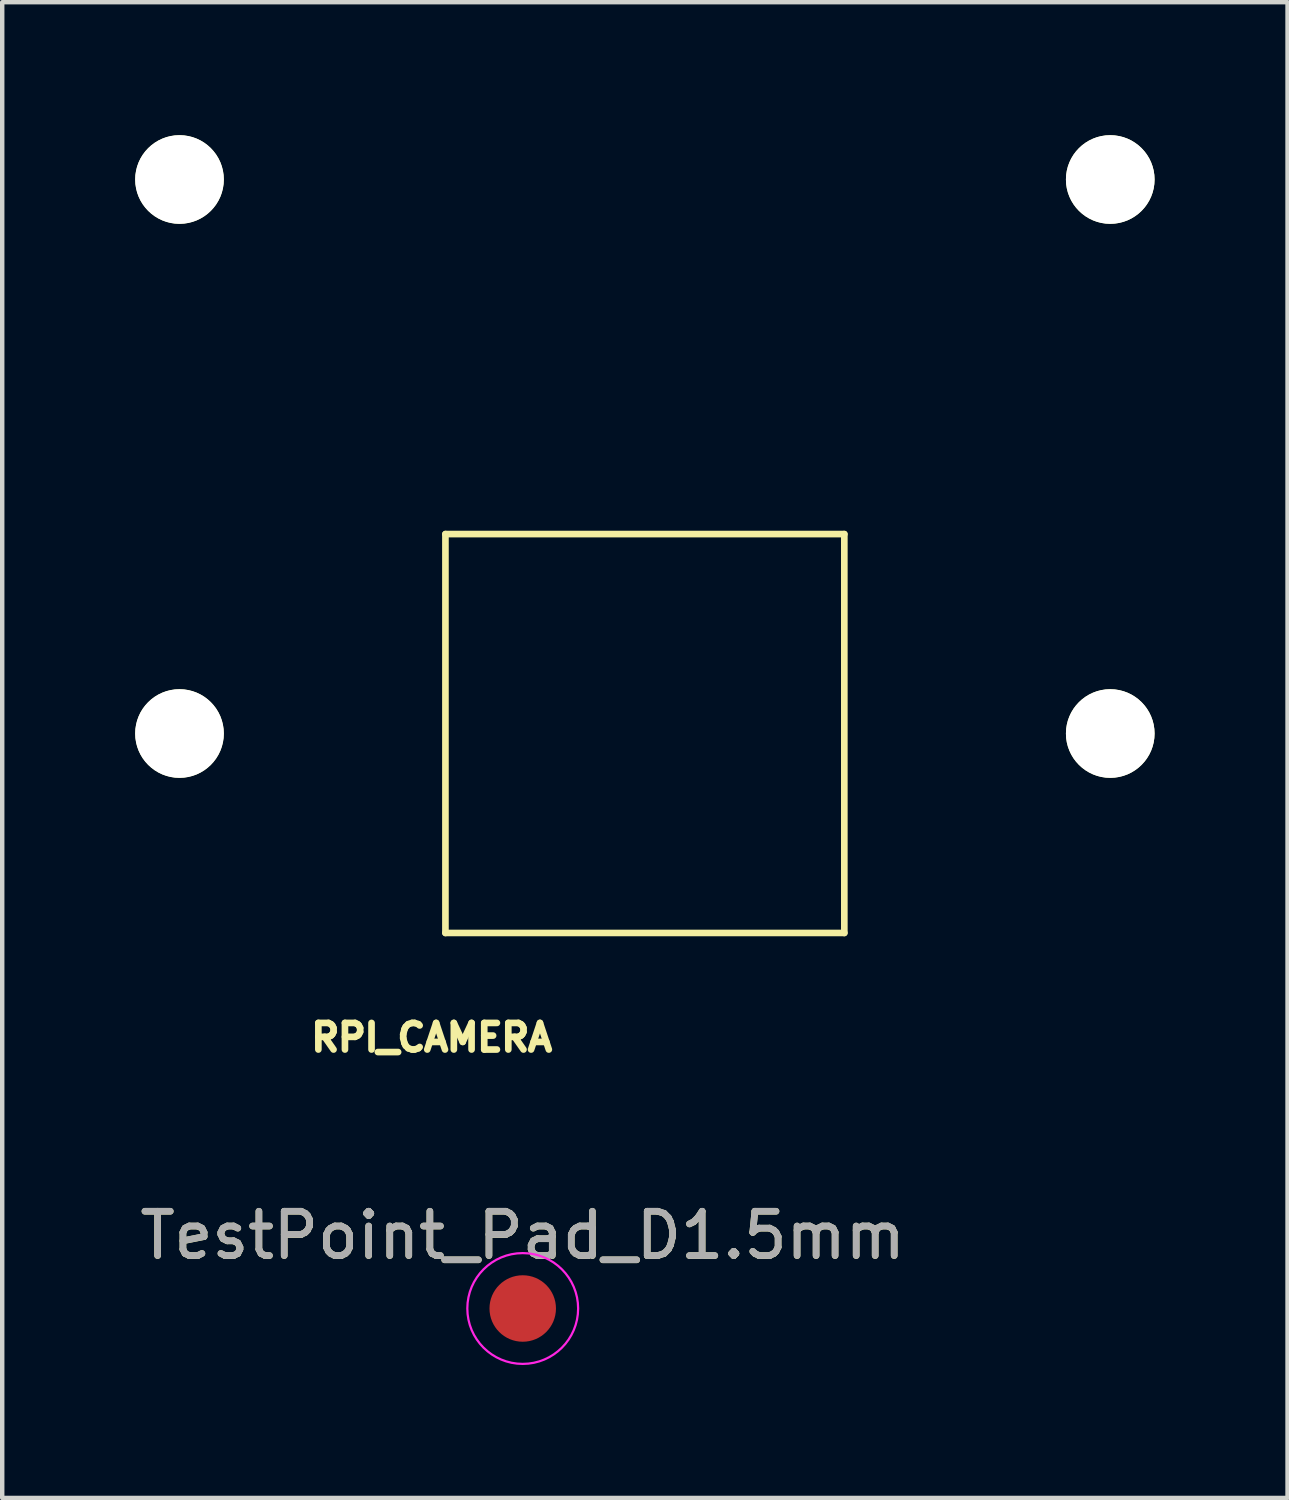
<source format=kicad_pcb>
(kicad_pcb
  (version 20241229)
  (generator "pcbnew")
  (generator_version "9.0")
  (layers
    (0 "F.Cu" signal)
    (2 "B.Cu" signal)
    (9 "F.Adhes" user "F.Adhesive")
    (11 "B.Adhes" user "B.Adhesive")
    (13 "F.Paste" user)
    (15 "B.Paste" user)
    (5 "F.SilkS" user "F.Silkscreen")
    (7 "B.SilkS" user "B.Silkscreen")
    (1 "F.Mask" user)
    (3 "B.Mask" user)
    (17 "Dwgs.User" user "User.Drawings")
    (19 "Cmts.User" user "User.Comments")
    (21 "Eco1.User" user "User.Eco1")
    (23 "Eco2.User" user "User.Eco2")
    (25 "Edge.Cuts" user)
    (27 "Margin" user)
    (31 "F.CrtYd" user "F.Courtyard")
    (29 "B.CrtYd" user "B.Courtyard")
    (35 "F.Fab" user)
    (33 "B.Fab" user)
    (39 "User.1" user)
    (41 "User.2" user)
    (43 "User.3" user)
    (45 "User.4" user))
  (footprint "RPI_CAMERA"
    (layer "F.Cu")
    (at 11.5 13.5)
    (property "Reference" "RPI_CAMERA" (at -4.81 6.86 0) (layer "F.SilkS") (effects (font (size 0.6 0.6) (thickness 0.15))))
    (attr through_hole)
    (fp_line (start -4.5 -4.5) (end -4.5 4.5) (stroke (width 0.15) (type solid)) (layer "F.SilkS"))
    (fp_line (start -4.5 4.5) (end 4.5 4.5) (stroke (width 0.15) (type solid)) (layer "F.SilkS"))
    (fp_line (start 4.5 -4.5) (end -4.5 -4.5) (stroke (width 0.15) (type solid)) (layer "F.SilkS"))
    (fp_line (start 4.5 4.5) (end 4.5 -4.5) (stroke (width 0.15) (type solid)) (layer "F.SilkS"))
    (pad "" np_thru_hole circle (at -10.5 -12.5) (size 2 2) (drill 2) (layers "*.Cu" "*.Mask" "F.SilkS"))
    (pad "" np_thru_hole circle (at -10.5 0) (size 2 2) (drill 2) (layers "*.Cu" "*.Mask" "F.SilkS"))
    (pad "" np_thru_hole circle (at 10.5 -12.5) (size 2 2) (drill 2) (layers "*.Cu" "*.Mask" "F.SilkS"))
    (pad "" np_thru_hole circle (at 10.5 0) (size 2 2) (drill 2) (layers "*.Cu" "*.Mask" "F.SilkS")))
  (footprint "TestPoint_Pad_D1.5mm"
    (layer "F.Cu")
    (at 8.744 26.473)
    (property "Reference" "TestPoint_Pad_D1.5mm" (at 0 -1.648 0) (layer "F.SilkS") (effects (font (size 1 1) (thickness 0.15))))
    (attr exclude_from_pos_files exclude_from_bom)
    (fp_circle (center 0 0) (end 1.25 0) (stroke (width 0.05) (type solid)) (fill no) (layer "F.CrtYd"))
    (fp_text user "${REFERENCE}" (at 0 -1.65 0) (layer "F.Fab") (effects (font (size 1 1) (thickness 0.15))))
    (pad "1" smd circle (at 0 0) (size 1.5 1.5) (layers "F.Cu" "F.Mask")))
  (gr_rect
    (start -3 -3)
    (end 26 30.747)
    (stroke (width 0.1) (type default))
    (fill no)
    (layer "Edge.Cuts")))
</source>
